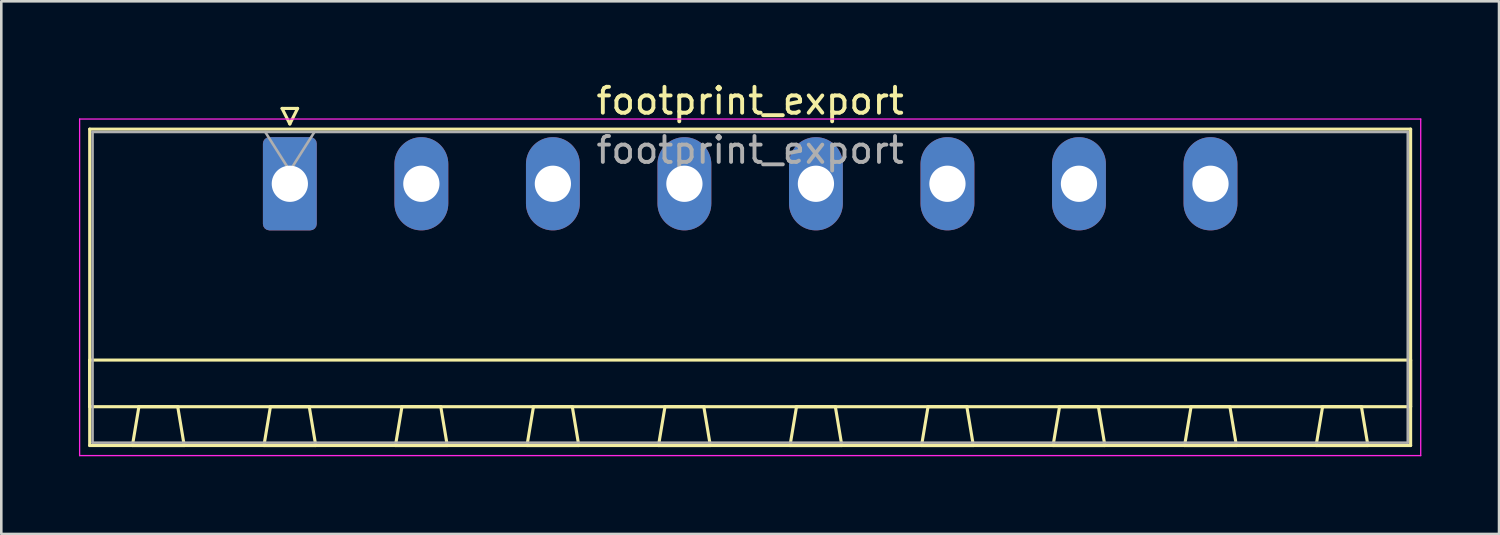
<source format=kicad_pcb>
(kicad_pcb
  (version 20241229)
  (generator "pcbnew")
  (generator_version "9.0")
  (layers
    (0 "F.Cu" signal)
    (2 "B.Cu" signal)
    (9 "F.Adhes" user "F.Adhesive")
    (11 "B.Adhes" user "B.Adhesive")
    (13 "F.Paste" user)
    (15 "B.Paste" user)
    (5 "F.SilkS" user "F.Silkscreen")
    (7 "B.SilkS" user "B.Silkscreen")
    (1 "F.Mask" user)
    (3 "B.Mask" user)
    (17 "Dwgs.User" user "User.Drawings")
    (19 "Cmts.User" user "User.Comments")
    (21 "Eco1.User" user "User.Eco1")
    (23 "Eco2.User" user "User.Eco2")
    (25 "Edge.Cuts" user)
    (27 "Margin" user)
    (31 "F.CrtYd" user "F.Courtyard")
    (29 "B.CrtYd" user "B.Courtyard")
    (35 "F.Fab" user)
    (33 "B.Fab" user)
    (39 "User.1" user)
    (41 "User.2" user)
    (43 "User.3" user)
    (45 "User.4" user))
  (footprint "footprint_export"
    (layer "F.Cu")
    (at 8.145 4.048)
    (property "Reference" "footprint_export" (at 17.78 -3.2 0) (layer "F.SilkS") (effects (font (size 1 1) (thickness 0.15))))
    (attr through_hole)
    (fp_line (start -7.73 -2.11) (end -7.73 10.11) (stroke (width 0.12) (type solid)) (layer "F.SilkS"))
    (fp_line (start -7.73 6.81) (end 43.29 6.81) (stroke (width 0.12) (type solid)) (layer "F.SilkS"))
    (fp_line (start -7.73 8.61) (end -7.73 6.81) (stroke (width 0.12) (type solid)) (layer "F.SilkS"))
    (fp_line (start -7.73 10.11) (end 43.29 10.11) (stroke (width 0.12) (type solid)) (layer "F.SilkS"))
    (fp_line (start -6.08 10.11) (end -4.08 10.11) (stroke (width 0.12) (type solid)) (layer "F.SilkS"))
    (fp_line (start -5.83 8.61) (end -6.08 10.11) (stroke (width 0.12) (type solid)) (layer "F.SilkS"))
    (fp_line (start -4.33 8.61) (end -5.83 8.61) (stroke (width 0.12) (type solid)) (layer "F.SilkS"))
    (fp_line (start -4.08 10.11) (end -4.33 8.61) (stroke (width 0.12) (type solid)) (layer "F.SilkS"))
    (fp_line (start -1 10.11) (end 1 10.11) (stroke (width 0.12) (type solid)) (layer "F.SilkS"))
    (fp_line (start -0.75 8.61) (end -1 10.11) (stroke (width 0.12) (type solid)) (layer "F.SilkS"))
    (fp_line (start -0.3 -2.91) (end 0.3 -2.91) (stroke (width 0.12) (type solid)) (layer "F.SilkS"))
    (fp_line (start 0 -2.31) (end -0.3 -2.91) (stroke (width 0.12) (type solid)) (layer "F.SilkS"))
    (fp_line (start 0.3 -2.91) (end 0 -2.31) (stroke (width 0.12) (type solid)) (layer "F.SilkS"))
    (fp_line (start 0.75 8.61) (end -0.75 8.61) (stroke (width 0.12) (type solid)) (layer "F.SilkS"))
    (fp_line (start 1 10.11) (end 0.75 8.61) (stroke (width 0.12) (type solid)) (layer "F.SilkS"))
    (fp_line (start 4.08 10.11) (end 6.08 10.11) (stroke (width 0.12) (type solid)) (layer "F.SilkS"))
    (fp_line (start 4.33 8.61) (end 4.08 10.11) (stroke (width 0.12) (type solid)) (layer "F.SilkS"))
    (fp_line (start 5.83 8.61) (end 4.33 8.61) (stroke (width 0.12) (type solid)) (layer "F.SilkS"))
    (fp_line (start 6.08 10.11) (end 5.83 8.61) (stroke (width 0.12) (type solid)) (layer "F.SilkS"))
    (fp_line (start 9.16 10.11) (end 11.16 10.11) (stroke (width 0.12) (type solid)) (layer "F.SilkS"))
    (fp_line (start 9.41 8.61) (end 9.16 10.11) (stroke (width 0.12) (type solid)) (layer "F.SilkS"))
    (fp_line (start 10.91 8.61) (end 9.41 8.61) (stroke (width 0.12) (type solid)) (layer "F.SilkS"))
    (fp_line (start 11.16 10.11) (end 10.91 8.61) (stroke (width 0.12) (type solid)) (layer "F.SilkS"))
    (fp_line (start 14.24 10.11) (end 16.24 10.11) (stroke (width 0.12) (type solid)) (layer "F.SilkS"))
    (fp_line (start 14.49 8.61) (end 14.24 10.11) (stroke (width 0.12) (type solid)) (layer "F.SilkS"))
    (fp_line (start 15.99 8.61) (end 14.49 8.61) (stroke (width 0.12) (type solid)) (layer "F.SilkS"))
    (fp_line (start 16.24 10.11) (end 15.99 8.61) (stroke (width 0.12) (type solid)) (layer "F.SilkS"))
    (fp_line (start 19.32 10.11) (end 21.32 10.11) (stroke (width 0.12) (type solid)) (layer "F.SilkS"))
    (fp_line (start 19.57 8.61) (end 19.32 10.11) (stroke (width 0.12) (type solid)) (layer "F.SilkS"))
    (fp_line (start 21.07 8.61) (end 19.57 8.61) (stroke (width 0.12) (type solid)) (layer "F.SilkS"))
    (fp_line (start 21.32 10.11) (end 21.07 8.61) (stroke (width 0.12) (type solid)) (layer "F.SilkS"))
    (fp_line (start 24.4 10.11) (end 26.4 10.11) (stroke (width 0.12) (type solid)) (layer "F.SilkS"))
    (fp_line (start 24.65 8.61) (end 24.4 10.11) (stroke (width 0.12) (type solid)) (layer "F.SilkS"))
    (fp_line (start 26.15 8.61) (end 24.65 8.61) (stroke (width 0.12) (type solid)) (layer "F.SilkS"))
    (fp_line (start 26.4 10.11) (end 26.15 8.61) (stroke (width 0.12) (type solid)) (layer "F.SilkS"))
    (fp_line (start 29.48 10.11) (end 31.48 10.11) (stroke (width 0.12) (type solid)) (layer "F.SilkS"))
    (fp_line (start 29.73 8.61) (end 29.48 10.11) (stroke (width 0.12) (type solid)) (layer "F.SilkS"))
    (fp_line (start 31.23 8.61) (end 29.73 8.61) (stroke (width 0.12) (type solid)) (layer "F.SilkS"))
    (fp_line (start 31.48 10.11) (end 31.23 8.61) (stroke (width 0.12) (type solid)) (layer "F.SilkS"))
    (fp_line (start 34.56 10.11) (end 36.56 10.11) (stroke (width 0.12) (type solid)) (layer "F.SilkS"))
    (fp_line (start 34.81 8.61) (end 34.56 10.11) (stroke (width 0.12) (type solid)) (layer "F.SilkS"))
    (fp_line (start 36.31 8.61) (end 34.81 8.61) (stroke (width 0.12) (type solid)) (layer "F.SilkS"))
    (fp_line (start 36.56 10.11) (end 36.31 8.61) (stroke (width 0.12) (type solid)) (layer "F.SilkS"))
    (fp_line (start 39.64 10.11) (end 41.64 10.11) (stroke (width 0.12) (type solid)) (layer "F.SilkS"))
    (fp_line (start 39.89 8.61) (end 39.64 10.11) (stroke (width 0.12) (type solid)) (layer "F.SilkS"))
    (fp_line (start 41.39 8.61) (end 39.89 8.61) (stroke (width 0.12) (type solid)) (layer "F.SilkS"))
    (fp_line (start 41.64 10.11) (end 41.39 8.61) (stroke (width 0.12) (type solid)) (layer "F.SilkS"))
    (fp_line (start 43.29 -2.11) (end -7.73 -2.11) (stroke (width 0.12) (type solid)) (layer "F.SilkS"))
    (fp_line (start 43.29 6.81) (end 43.29 8.61) (stroke (width 0.12) (type solid)) (layer "F.SilkS"))
    (fp_line (start 43.29 8.61) (end -7.73 8.61) (stroke (width 0.12) (type solid)) (layer "F.SilkS"))
    (fp_line (start 43.29 10.11) (end 43.29 -2.11) (stroke (width 0.12) (type solid)) (layer "F.SilkS"))
    (fp_line (start -8.12 -2.5) (end -8.12 10.5) (stroke (width 0.05) (type solid)) (layer "F.CrtYd"))
    (fp_line (start -8.12 10.5) (end 43.68 10.5) (stroke (width 0.05) (type solid)) (layer "F.CrtYd"))
    (fp_line (start 43.68 -2.5) (end -8.12 -2.5) (stroke (width 0.05) (type solid)) (layer "F.CrtYd"))
    (fp_line (start 43.68 10.5) (end 43.68 -2.5) (stroke (width 0.05) (type solid)) (layer "F.CrtYd"))
    (fp_line (start -7.62 -2) (end -7.62 10) (stroke (width 0.1) (type solid)) (layer "F.Fab"))
    (fp_line (start -7.62 10) (end 43.18 10) (stroke (width 0.1) (type solid)) (layer "F.Fab"))
    (fp_line (start 0 -0.5) (end -0.95 -2) (stroke (width 0.1) (type solid)) (layer "F.Fab"))
    (fp_line (start 0.95 -2) (end 0 -0.5) (stroke (width 0.1) (type solid)) (layer "F.Fab"))
    (fp_line (start 43.18 -2) (end -7.62 -2) (stroke (width 0.1) (type solid)) (layer "F.Fab"))
    (fp_line (start 43.18 10) (end 43.18 -2) (stroke (width 0.1) (type solid)) (layer "F.Fab"))
    (fp_text user "${REFERENCE}" (at 17.78 -1.3 0) (layer "F.Fab") (effects (font (size 1 1) (thickness 0.15))))
    (pad "1" thru_hole roundrect (at 0 0) (size 2.08 3.6) (drill 1.4) (layers "*.Cu" "*.Mask") (roundrect_rratio 0.12))
    (pad "2" thru_hole oval (at 5.08 0) (size 2.08 3.6) (drill 1.4) (layers "*.Cu" "*.Mask"))
    (pad "3" thru_hole oval (at 10.16 0) (size 2.08 3.6) (drill 1.4) (layers "*.Cu" "*.Mask"))
    (pad "4" thru_hole oval (at 15.24 0) (size 2.08 3.6) (drill 1.4) (layers "*.Cu" "*.Mask"))
    (pad "5" thru_hole oval (at 20.32 0) (size 2.08 3.6) (drill 1.4) (layers "*.Cu" "*.Mask"))
    (pad "6" thru_hole oval (at 25.4 0) (size 2.08 3.6) (drill 1.4) (layers "*.Cu" "*.Mask"))
    (pad "7" thru_hole oval (at 30.48 0) (size 2.08 3.6) (drill 1.4) (layers "*.Cu" "*.Mask"))
    (pad "8" thru_hole oval (at 35.56 0) (size 2.08 3.6) (drill 1.4) (layers "*.Cu" "*.Mask")))
  (gr_rect
    (start -3 -3)
    (end 54.85 17.573)
    (stroke (width 0.1) (type default))
    (fill no)
    (layer "Edge.Cuts")))
</source>
